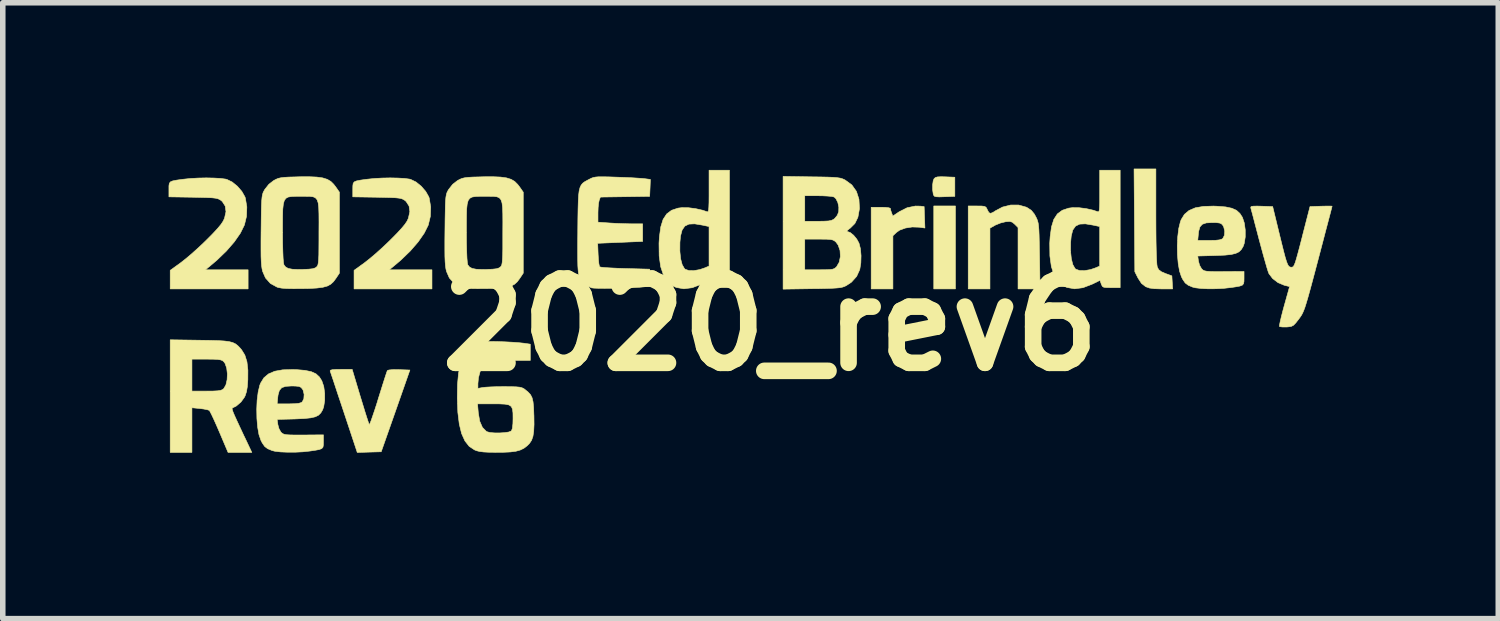
<source format=kicad_pcb>
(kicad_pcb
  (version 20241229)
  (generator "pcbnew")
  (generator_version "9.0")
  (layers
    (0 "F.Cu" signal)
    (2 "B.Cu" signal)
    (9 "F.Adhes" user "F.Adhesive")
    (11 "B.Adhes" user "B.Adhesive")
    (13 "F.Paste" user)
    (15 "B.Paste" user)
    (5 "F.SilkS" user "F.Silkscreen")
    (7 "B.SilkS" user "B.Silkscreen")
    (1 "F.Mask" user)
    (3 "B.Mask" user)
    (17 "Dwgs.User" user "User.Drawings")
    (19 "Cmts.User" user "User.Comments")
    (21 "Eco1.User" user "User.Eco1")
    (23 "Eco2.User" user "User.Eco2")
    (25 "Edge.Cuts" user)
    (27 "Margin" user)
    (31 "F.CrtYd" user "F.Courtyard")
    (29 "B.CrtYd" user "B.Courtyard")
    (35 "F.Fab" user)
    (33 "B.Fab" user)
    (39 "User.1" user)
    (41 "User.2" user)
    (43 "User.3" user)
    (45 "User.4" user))
  (footprint "2020_rev6"
    (layer "F.Cu")
    (at 10.881 2.822)
    (property "Reference" "2020_rev6" (at 0 0 0) (layer "F.SilkS") (effects (font (size 1.524 1.524) (thickness 0.3))))
    (attr through_hole)
    (fp_poly (pts (xy 3.348 -0.647) (xy 2.956 -0.647) (xy 2.956 -2.147) (xy 3.348 -2.147) (xy 3.348 -0.647)) (stroke (width 0.01) (type solid)) (fill yes) (layer "F.SilkS"))
    (fp_poly (pts (xy 3.164 -2.674) (xy 3.337 -2.667) (xy 3.337 -2.321) (xy 3.149 -2.314) (xy 3.056 -2.311) (xy 2.999 -2.314) (xy 2.968 -2.323) (xy 2.954 -2.341) (xy 2.947 -2.36) (xy 2.935 -2.441) (xy 2.935 -2.528) (xy 2.946 -2.603) (xy 2.962 -2.641) (xy 2.986 -2.662) (xy 3.025 -2.673) (xy 3.091 -2.676) (xy 3.164 -2.674)) (stroke (width 0.01) (type solid)) (fill yes) (layer "F.SilkS"))
    (fp_poly (pts (xy 2.715 -2.144) (xy 2.782 -2.136) (xy 2.789 -1.942) (xy 2.796 -1.748) (xy 2.692 -1.763) (xy 2.566 -1.767) (xy 2.444 -1.748) (xy 2.339 -1.71) (xy 2.281 -1.669) (xy 2.217 -1.608) (xy 2.217 -0.647) (xy 1.824 -0.647) (xy 1.824 -2.124) (xy 1.997 -2.124) (xy 2.08 -2.122) (xy 2.141 -2.115) (xy 2.17 -2.105) (xy 2.171 -2.103) (xy 2.178 -2.067) (xy 2.193 -2.023) (xy 2.215 -1.965) (xy 2.332 -2.043) (xy 2.474 -2.115) (xy 2.624 -2.146) (xy 2.715 -2.144)) (stroke (width 0.01) (type solid)) (fill yes) (layer "F.SilkS"))
    (fp_poly (pts (xy 6.973 -1.966) (xy 6.974 -1.71) (xy 6.976 -1.492) (xy 6.98 -1.316) (xy 6.985 -1.181) (xy 6.991 -1.09) (xy 6.998 -1.044) (xy 6.998 -1.043) (xy 7.024 -0.995) (xy 7.07 -0.959) (xy 7.143 -0.927) (xy 7.262 -0.883) (xy 7.269 -0.765) (xy 7.276 -0.647) (xy 7.073 -0.647) (xy 6.947 -0.651) (xy 6.856 -0.663) (xy 6.789 -0.687) (xy 6.789 -0.687) (xy 6.713 -0.746) (xy 6.65 -0.843) (xy 6.592 -0.958) (xy 6.578 -2.817) (xy 6.973 -2.817) (xy 6.973 -1.966)) (stroke (width 0.01) (type solid)) (fill yes) (layer "F.SilkS"))
    (fp_poly (pts (xy -7.415 1.299) (xy -7.371 1.442) (xy -7.332 1.57) (xy -7.298 1.677) (xy -7.272 1.756) (xy -7.256 1.8) (xy -7.253 1.806) (xy -7.242 1.79) (xy -7.22 1.736) (xy -7.19 1.649) (xy -7.152 1.537) (xy -7.109 1.404) (xy -7.089 1.337) (xy -7.044 1.194) (xy -7.004 1.066) (xy -6.97 0.959) (xy -6.944 0.88) (xy -6.928 0.835) (xy -6.925 0.829) (xy -6.897 0.819) (xy -6.835 0.813) (xy -6.748 0.812) (xy -6.715 0.813) (xy -6.518 0.82) (xy -6.777 1.559) (xy -7.037 2.298) (xy -7.253 2.304) (xy -7.47 2.311) (xy -7.71 1.588) (xy -7.768 1.414) (xy -7.822 1.253) (xy -7.869 1.11) (xy -7.908 0.992) (xy -7.938 0.904) (xy -7.956 0.85) (xy -7.961 0.837) (xy -7.954 0.823) (xy -7.917 0.813) (xy -7.844 0.809) (xy -7.766 0.808) (xy -7.562 0.808) (xy -7.415 1.299)) (stroke (width 0.01) (type solid)) (fill yes) (layer "F.SilkS"))
    (fp_poly (pts (xy 4.492 -2.164) (xy 4.628 -2.126) (xy 4.642 -2.119) (xy 4.719 -2.069) (xy 4.774 -2.002) (xy 4.802 -1.951) (xy 4.82 -1.915) (xy 4.833 -1.879) (xy 4.844 -1.838) (xy 4.851 -1.786) (xy 4.857 -1.716) (xy 4.861 -1.623) (xy 4.864 -1.498) (xy 4.867 -1.337) (xy 4.869 -1.241) (xy 4.878 -0.647) (xy 4.48 -0.647) (xy 4.48 -1.757) (xy 4.42 -1.817) (xy 4.376 -1.854) (xy 4.331 -1.867) (xy 4.265 -1.863) (xy 4.256 -1.862) (xy 4.166 -1.84) (xy 4.078 -1.805) (xy 4.062 -1.797) (xy 3.972 -1.746) (xy 3.972 -0.647) (xy 3.579 -0.647) (xy 3.579 -2.147) (xy 3.738 -2.147) (xy 3.822 -2.146) (xy 3.872 -2.14) (xy 3.9 -2.125) (xy 3.918 -2.095) (xy 3.925 -2.078) (xy 3.953 -2.027) (xy 3.984 -2.013) (xy 4.031 -2.033) (xy 4.065 -2.056) (xy 4.199 -2.127) (xy 4.346 -2.164) (xy 4.492 -2.164)) (stroke (width 0.01) (type solid)) (fill yes) (layer "F.SilkS"))
    (fp_poly (pts (xy -10.06 -2.652) (xy -9.94 -2.645) (xy -9.85 -2.633) (xy -9.828 -2.627) (xy -9.733 -2.581) (xy -9.638 -2.504) (xy -9.557 -2.41) (xy -9.502 -2.313) (xy -9.494 -2.291) (xy -9.467 -2.13) (xy -9.473 -1.96) (xy -9.511 -1.802) (xy -9.512 -1.801) (xy -9.584 -1.655) (xy -9.694 -1.497) (xy -9.837 -1.332) (xy -10.008 -1.167) (xy -10.125 -1.068) (xy -10.217 -0.993) (xy -9.444 -0.993) (xy -9.444 -0.647) (xy -10.853 -0.647) (xy -10.853 -0.983) (xy -10.662 -1.121) (xy -10.578 -1.187) (xy -10.472 -1.276) (xy -10.357 -1.379) (xy -10.243 -1.486) (xy -10.192 -1.536) (xy -10.079 -1.65) (xy -9.995 -1.741) (xy -9.935 -1.813) (xy -9.896 -1.872) (xy -9.871 -1.924) (xy -9.844 -2.043) (xy -9.858 -2.145) (xy -9.911 -2.228) (xy -9.936 -2.249) (xy -9.963 -2.266) (xy -9.994 -2.279) (xy -10.036 -2.288) (xy -10.098 -2.295) (xy -10.185 -2.299) (xy -10.306 -2.302) (xy -10.439 -2.305) (xy -10.876 -2.312) (xy -10.876 -2.447) (xy -10.876 -2.511) (xy -10.869 -2.555) (xy -10.85 -2.582) (xy -10.809 -2.6) (xy -10.739 -2.614) (xy -10.632 -2.629) (xy -10.614 -2.631) (xy -10.488 -2.644) (xy -10.345 -2.652) (xy -10.199 -2.655) (xy -10.06 -2.652)) (stroke (width 0.01) (type solid)) (fill yes) (layer "F.SilkS"))
    (fp_poly (pts (xy -6.735 -2.652) (xy -6.615 -2.645) (xy -6.525 -2.633) (xy -6.503 -2.627) (xy -6.408 -2.581) (xy -6.313 -2.504) (xy -6.232 -2.41) (xy -6.177 -2.313) (xy -6.169 -2.291) (xy -6.142 -2.13) (xy -6.148 -1.96) (xy -6.186 -1.802) (xy -6.186 -1.801) (xy -6.259 -1.655) (xy -6.369 -1.497) (xy -6.512 -1.332) (xy -6.683 -1.167) (xy -6.8 -1.068) (xy -6.892 -0.993) (xy -6.119 -0.993) (xy -6.119 -0.647) (xy -7.528 -0.647) (xy -7.528 -0.983) (xy -7.337 -1.121) (xy -7.253 -1.187) (xy -7.147 -1.276) (xy -7.032 -1.379) (xy -6.918 -1.486) (xy -6.867 -1.536) (xy -6.754 -1.65) (xy -6.67 -1.741) (xy -6.61 -1.813) (xy -6.57 -1.872) (xy -6.546 -1.924) (xy -6.519 -2.043) (xy -6.533 -2.145) (xy -6.586 -2.228) (xy -6.611 -2.249) (xy -6.638 -2.266) (xy -6.668 -2.279) (xy -6.711 -2.288) (xy -6.773 -2.295) (xy -6.86 -2.299) (xy -6.981 -2.302) (xy -7.114 -2.305) (xy -7.551 -2.312) (xy -7.551 -2.447) (xy -7.55 -2.511) (xy -7.544 -2.555) (xy -7.525 -2.582) (xy -7.484 -2.6) (xy -7.414 -2.614) (xy -7.307 -2.629) (xy -7.289 -2.631) (xy -7.162 -2.644) (xy -7.02 -2.652) (xy -6.874 -2.655) (xy -6.735 -2.652)) (stroke (width 0.01) (type solid)) (fill yes) (layer "F.SilkS"))
    (fp_poly (pts (xy -0.739 -0.67) (xy -0.898 -0.67) (xy -0.982 -0.671) (xy -1.032 -0.676) (xy -1.059 -0.691) (xy -1.075 -0.72) (xy -1.081 -0.736) (xy -1.104 -0.802) (xy -1.247 -0.732) (xy -1.411 -0.669) (xy -1.563 -0.649) (xy -1.7 -0.673) (xy -1.755 -0.697) (xy -1.855 -0.776) (xy -1.931 -0.893) (xy -1.983 -1.049) (xy -2.01 -1.243) (xy -2.011 -1.328) (xy -1.636 -1.328) (xy -1.622 -1.192) (xy -1.594 -1.086) (xy -1.554 -1.016) (xy -1.54 -1.003) (xy -1.475 -0.98) (xy -1.383 -0.978) (xy -1.278 -0.996) (xy -1.192 -1.025) (xy -1.108 -1.06) (xy -1.108 -1.775) (xy -1.23 -1.801) (xy -1.368 -1.824) (xy -1.472 -1.819) (xy -1.546 -1.783) (xy -1.595 -1.712) (xy -1.624 -1.603) (xy -1.635 -1.487) (xy -1.636 -1.328) (xy -2.011 -1.328) (xy -2.013 -1.474) (xy -2.005 -1.594) (xy -1.981 -1.769) (xy -1.939 -1.904) (xy -1.874 -2.003) (xy -1.786 -2.069) (xy -1.67 -2.108) (xy -1.598 -2.117) (xy -1.485 -2.116) (xy -1.352 -2.099) (xy -1.224 -2.07) (xy -1.149 -2.044) (xy -1.134 -2.041) (xy -1.123 -2.049) (xy -1.116 -2.076) (xy -1.112 -2.128) (xy -1.109 -2.209) (xy -1.108 -2.327) (xy -1.108 -2.411) (xy -1.108 -2.794) (xy -0.739 -2.794) (xy -0.739 -0.67)) (stroke (width 0.01) (type solid)) (fill yes) (layer "F.SilkS"))
    (fp_poly (pts (xy 6.327 -0.67) (xy 6.168 -0.67) (xy 6.083 -0.671) (xy 6.034 -0.676) (xy 6.007 -0.691) (xy 5.991 -0.72) (xy 5.985 -0.736) (xy 5.962 -0.802) (xy 5.819 -0.732) (xy 5.654 -0.669) (xy 5.503 -0.649) (xy 5.366 -0.673) (xy 5.311 -0.697) (xy 5.211 -0.776) (xy 5.135 -0.893) (xy 5.083 -1.049) (xy 5.056 -1.243) (xy 5.055 -1.328) (xy 5.43 -1.328) (xy 5.444 -1.192) (xy 5.471 -1.086) (xy 5.511 -1.016) (xy 5.526 -1.003) (xy 5.591 -0.98) (xy 5.682 -0.978) (xy 5.788 -0.996) (xy 5.874 -1.025) (xy 5.957 -1.06) (xy 5.957 -1.775) (xy 5.836 -1.801) (xy 5.698 -1.824) (xy 5.594 -1.819) (xy 5.52 -1.783) (xy 5.47 -1.712) (xy 5.442 -1.603) (xy 5.431 -1.487) (xy 5.43 -1.328) (xy 5.055 -1.328) (xy 5.053 -1.474) (xy 5.061 -1.594) (xy 5.085 -1.769) (xy 5.127 -1.904) (xy 5.191 -2.003) (xy 5.28 -2.069) (xy 5.396 -2.108) (xy 5.467 -2.117) (xy 5.581 -2.116) (xy 5.714 -2.099) (xy 5.842 -2.07) (xy 5.917 -2.044) (xy 5.932 -2.041) (xy 5.943 -2.049) (xy 5.95 -2.076) (xy 5.954 -2.128) (xy 5.957 -2.209) (xy 5.957 -2.327) (xy 5.957 -2.411) (xy 5.957 -2.794) (xy 6.327 -2.794) (xy 6.327 -0.67)) (stroke (width 0.01) (type solid)) (fill yes) (layer "F.SilkS"))
    (fp_poly (pts (xy -10.316 0.281) (xy -10.13 0.284) (xy -9.984 0.288) (xy -9.872 0.295) (xy -9.787 0.306) (xy -9.722 0.323) (xy -9.672 0.347) (xy -9.631 0.379) (xy -9.59 0.421) (xy -9.562 0.454) (xy -9.503 0.55) (xy -9.465 0.671) (xy -9.448 0.822) (xy -9.449 0.995) (xy -9.458 1.12) (xy -9.473 1.211) (xy -9.497 1.284) (xy -9.51 1.311) (xy -9.573 1.398) (xy -9.658 1.471) (xy -9.729 1.507) (xy -9.734 1.515) (xy -9.73 1.537) (xy -9.717 1.577) (xy -9.691 1.639) (xy -9.65 1.729) (xy -9.594 1.85) (xy -9.52 2.008) (xy -9.505 2.038) (xy -9.377 2.309) (xy -9.807 2.309) (xy -9.964 1.939) (xy -10.017 1.817) (xy -10.065 1.71) (xy -10.105 1.625) (xy -10.134 1.569) (xy -10.146 1.55) (xy -10.181 1.538) (xy -10.247 1.525) (xy -10.316 1.516) (xy -10.46 1.502) (xy -10.46 2.309) (xy -10.853 2.309) (xy -10.853 0.623) (xy -10.46 0.623) (xy -10.46 1.201) (xy -10.195 1.201) (xy -10.077 1.2) (xy -9.996 1.196) (xy -9.943 1.188) (xy -9.909 1.175) (xy -9.885 1.157) (xy -9.846 1.09) (xy -9.824 0.996) (xy -9.819 0.89) (xy -9.831 0.787) (xy -9.86 0.702) (xy -9.885 0.668) (xy -9.91 0.648) (xy -9.944 0.636) (xy -9.997 0.628) (xy -10.078 0.624) (xy -10.195 0.623) (xy -10.46 0.623) (xy -10.853 0.623) (xy -10.853 0.273) (xy -10.316 0.281)) (stroke (width 0.01) (type solid)) (fill yes) (layer "F.SilkS"))
    (fp_poly (pts (xy -2.918 -2.673) (xy -2.772 -2.668) (xy -2.771 -2.668) (xy -2.631 -2.663) (xy -2.5 -2.657) (xy -2.388 -2.65) (xy -2.304 -2.644) (xy -2.268 -2.64) (xy -2.169 -2.627) (xy -2.175 -2.474) (xy -2.182 -2.321) (xy -3.073 -2.308) (xy -3.095 -2.249) (xy -3.106 -2.197) (xy -3.114 -2.116) (xy -3.117 -2.024) (xy -3.117 -2.022) (xy -3.117 -1.854) (xy -2.906 -1.839) (xy -2.78 -1.832) (xy -2.641 -1.827) (xy -2.517 -1.824) (xy -2.502 -1.824) (xy -2.309 -1.824) (xy -2.309 -1.506) (xy -2.715 -1.489) (xy -3.122 -1.472) (xy -3.114 -1.269) (xy -3.108 -1.176) (xy -3.1 -1.1) (xy -3.09 -1.054) (xy -3.087 -1.047) (xy -3.058 -1.04) (xy -2.992 -1.033) (xy -2.894 -1.027) (xy -2.772 -1.021) (xy -2.634 -1.016) (xy -2.625 -1.016) (xy -2.182 -1.004) (xy -2.169 -0.699) (xy -2.279 -0.685) (xy -2.362 -0.677) (xy -2.472 -0.67) (xy -2.599 -0.665) (xy -2.735 -0.661) (xy -2.872 -0.658) (xy -2.998 -0.657) (xy -3.107 -0.658) (xy -3.188 -0.661) (xy -3.233 -0.666) (xy -3.235 -0.667) (xy -3.347 -0.723) (xy -3.424 -0.805) (xy -3.452 -0.862) (xy -3.462 -0.895) (xy -3.47 -0.937) (xy -3.476 -0.992) (xy -3.481 -1.067) (xy -3.483 -1.166) (xy -3.484 -1.295) (xy -3.484 -1.459) (xy -3.482 -1.663) (xy -3.482 -1.701) (xy -3.48 -1.918) (xy -3.477 -2.093) (xy -3.473 -2.232) (xy -3.467 -2.34) (xy -3.457 -2.421) (xy -3.441 -2.482) (xy -3.42 -2.526) (xy -3.392 -2.559) (xy -3.356 -2.586) (xy -3.31 -2.611) (xy -3.278 -2.628) (xy -3.239 -2.648) (xy -3.202 -2.662) (xy -3.16 -2.67) (xy -3.104 -2.675) (xy -3.026 -2.675) (xy -2.918 -2.673)) (stroke (width 0.01) (type solid)) (fill yes) (layer "F.SilkS"))
    (fp_poly (pts (xy 10.156 -2.144) (xy 10.16 -2.143) (xy 10.154 -2.12) (xy 10.138 -2.057) (xy 10.112 -1.958) (xy 10.078 -1.829) (xy 10.037 -1.674) (xy 9.991 -1.497) (xy 9.94 -1.303) (xy 9.909 -1.185) (xy 9.848 -0.954) (xy 9.797 -0.763) (xy 9.755 -0.608) (xy 9.72 -0.483) (xy 9.691 -0.386) (xy 9.667 -0.31) (xy 9.645 -0.252) (xy 9.625 -0.207) (xy 9.605 -0.17) (xy 9.583 -0.137) (xy 9.559 -0.104) (xy 9.556 -0.1) (xy 9.501 -0.03) (xy 9.461 0.011) (xy 9.421 0.031) (xy 9.369 0.039) (xy 9.336 0.042) (xy 9.266 0.042) (xy 9.219 0.036) (xy 9.206 0.03) (xy 9.209 0.003) (xy 9.222 -0.061) (xy 9.244 -0.154) (xy 9.273 -0.266) (xy 9.293 -0.339) (xy 9.391 -0.689) (xy 9.292 -0.714) (xy 9.182 -0.76) (xy 9.085 -0.834) (xy 9.018 -0.922) (xy 9.003 -0.961) (xy 8.979 -1.038) (xy 8.948 -1.146) (xy 8.911 -1.277) (xy 8.871 -1.425) (xy 8.844 -1.525) (xy 8.804 -1.678) (xy 8.767 -1.818) (xy 8.736 -1.938) (xy 8.711 -2.031) (xy 8.695 -2.09) (xy 8.69 -2.108) (xy 8.689 -2.128) (xy 8.702 -2.139) (xy 8.74 -2.144) (xy 8.809 -2.145) (xy 8.882 -2.143) (xy 9.085 -2.136) (xy 9.206 -1.639) (xy 9.25 -1.46) (xy 9.285 -1.32) (xy 9.313 -1.215) (xy 9.336 -1.14) (xy 9.356 -1.09) (xy 9.374 -1.06) (xy 9.393 -1.045) (xy 9.413 -1.04) (xy 9.426 -1.039) (xy 9.443 -1.042) (xy 9.459 -1.053) (xy 9.474 -1.077) (xy 9.492 -1.121) (xy 9.513 -1.188) (xy 9.54 -1.285) (xy 9.575 -1.416) (xy 9.619 -1.586) (xy 9.619 -1.588) (xy 9.76 -2.136) (xy 9.96 -2.143) (xy 10.049 -2.145) (xy 10.118 -2.145) (xy 10.156 -2.144)) (stroke (width 0.01) (type solid)) (fill yes) (layer "F.SilkS"))
    (fp_poly (pts (xy -8.566 0.813) (xy -8.415 0.826) (xy -8.301 0.85) (xy -8.217 0.888) (xy -8.155 0.945) (xy -8.111 1.015) (xy -8.076 1.117) (xy -8.059 1.241) (xy -8.059 1.369) (xy -8.077 1.484) (xy -8.096 1.539) (xy -8.129 1.595) (xy -8.171 1.637) (xy -8.23 1.666) (xy -8.313 1.685) (xy -8.426 1.697) (xy -8.578 1.704) (xy -8.598 1.705) (xy -8.919 1.713) (xy -8.906 1.807) (xy -8.886 1.88) (xy -8.852 1.941) (xy -8.845 1.949) (xy -8.823 1.967) (xy -8.797 1.98) (xy -8.758 1.989) (xy -8.699 1.993) (xy -8.611 1.995) (xy -8.487 1.995) (xy -8.439 1.995) (xy -8.082 1.992) (xy -8.082 2.115) (xy -8.083 2.175) (xy -8.09 2.215) (xy -8.113 2.241) (xy -8.159 2.258) (xy -8.235 2.272) (xy -8.324 2.285) (xy -8.453 2.299) (xy -8.592 2.306) (xy -8.731 2.306) (xy -8.857 2.301) (xy -8.959 2.289) (xy -9.011 2.276) (xy -9.092 2.242) (xy -9.145 2.201) (xy -9.189 2.137) (xy -9.213 2.09) (xy -9.248 1.987) (xy -9.272 1.851) (xy -9.285 1.695) (xy -9.288 1.528) (xy -9.284 1.432) (xy -8.919 1.432) (xy -8.71 1.432) (xy -8.6 1.429) (xy -8.527 1.422) (xy -8.482 1.408) (xy -8.464 1.395) (xy -8.436 1.338) (xy -8.431 1.261) (xy -8.449 1.186) (xy -8.464 1.16) (xy -8.49 1.132) (xy -8.526 1.116) (xy -8.585 1.11) (xy -8.657 1.108) (xy -8.765 1.115) (xy -8.836 1.139) (xy -8.879 1.189) (xy -8.902 1.269) (xy -8.908 1.316) (xy -8.919 1.432) (xy -9.284 1.432) (xy -9.281 1.365) (xy -9.262 1.217) (xy -9.233 1.095) (xy -9.218 1.057) (xy -9.159 0.961) (xy -9.075 0.89) (xy -8.963 0.842) (xy -8.817 0.816) (xy -8.635 0.811) (xy -8.566 0.813)) (stroke (width 0.01) (type solid)) (fill yes) (layer "F.SilkS"))
    (fp_poly (pts (xy 8.083 -2.142) (xy 8.234 -2.13) (xy 8.347 -2.106) (xy 8.431 -2.068) (xy 8.493 -2.011) (xy 8.538 -1.941) (xy 8.572 -1.839) (xy 8.589 -1.715) (xy 8.589 -1.586) (xy 8.571 -1.471) (xy 8.552 -1.417) (xy 8.519 -1.361) (xy 8.477 -1.319) (xy 8.418 -1.29) (xy 8.336 -1.27) (xy 8.222 -1.258) (xy 8.071 -1.252) (xy 8.05 -1.251) (xy 7.73 -1.242) (xy 7.743 -1.149) (xy 7.763 -1.076) (xy 7.797 -1.015) (xy 7.804 -1.007) (xy 7.825 -0.988) (xy 7.852 -0.975) (xy 7.891 -0.967) (xy 7.95 -0.962) (xy 8.038 -0.96) (xy 8.161 -0.96) (xy 8.21 -0.961) (xy 8.567 -0.963) (xy 8.567 -0.841) (xy 8.566 -0.781) (xy 8.558 -0.741) (xy 8.536 -0.715) (xy 8.49 -0.698) (xy 8.413 -0.684) (xy 8.324 -0.671) (xy 8.196 -0.657) (xy 8.056 -0.65) (xy 7.917 -0.649) (xy 7.791 -0.655) (xy 7.69 -0.667) (xy 7.637 -0.68) (xy 7.557 -0.714) (xy 7.503 -0.755) (xy 7.459 -0.819) (xy 7.435 -0.866) (xy 7.401 -0.968) (xy 7.377 -1.104) (xy 7.363 -1.261) (xy 7.36 -1.427) (xy 7.365 -1.524) (xy 7.73 -1.524) (xy 7.939 -1.524) (xy 8.049 -1.526) (xy 8.122 -1.534) (xy 8.167 -1.548) (xy 8.184 -1.56) (xy 8.213 -1.618) (xy 8.218 -1.694) (xy 8.199 -1.77) (xy 8.184 -1.796) (xy 8.159 -1.824) (xy 8.123 -1.839) (xy 8.063 -1.846) (xy 7.992 -1.847) (xy 7.884 -1.841) (xy 7.812 -1.816) (xy 7.769 -1.767) (xy 7.746 -1.687) (xy 7.741 -1.64) (xy 7.73 -1.524) (xy 7.365 -1.524) (xy 7.368 -1.59) (xy 7.386 -1.739) (xy 7.416 -1.861) (xy 7.43 -1.899) (xy 7.489 -1.995) (xy 7.573 -2.066) (xy 7.686 -2.114) (xy 7.831 -2.139) (xy 8.014 -2.145) (xy 8.083 -2.142)) (stroke (width 0.01) (type solid)) (fill yes) (layer "F.SilkS"))
    (fp_poly (pts (xy 0.745 -2.674) (xy 0.913 -2.672) (xy 1.042 -2.669) (xy 1.139 -2.665) (xy 1.21 -2.659) (xy 1.262 -2.651) (xy 1.301 -2.64) (xy 1.336 -2.625) (xy 1.355 -2.615) (xy 1.474 -2.528) (xy 1.557 -2.411) (xy 1.603 -2.269) (xy 1.612 -2.103) (xy 1.61 -2.087) (xy 1.584 -1.943) (xy 1.53 -1.831) (xy 1.444 -1.745) (xy 1.433 -1.738) (xy 1.392 -1.705) (xy 1.385 -1.687) (xy 1.392 -1.686) (xy 1.446 -1.666) (xy 1.507 -1.617) (xy 1.564 -1.547) (xy 1.604 -1.474) (xy 1.63 -1.373) (xy 1.641 -1.247) (xy 1.637 -1.116) (xy 1.618 -0.999) (xy 1.617 -0.996) (xy 1.561 -0.873) (xy 1.466 -0.768) (xy 1.377 -0.709) (xy 1.343 -0.692) (xy 1.308 -0.68) (xy 1.264 -0.67) (xy 1.204 -0.664) (xy 1.123 -0.659) (xy 1.013 -0.655) (xy 0.868 -0.652) (xy 0.756 -0.651) (xy 0.231 -0.643) (xy 0.231 -1.547) (xy 0.623 -1.547) (xy 0.623 -0.993) (xy 0.885 -0.993) (xy 0.999 -0.994) (xy 1.077 -0.997) (xy 1.128 -1.004) (xy 1.161 -1.016) (xy 1.187 -1.037) (xy 1.198 -1.047) (xy 1.246 -1.13) (xy 1.267 -1.233) (xy 1.261 -1.341) (xy 1.227 -1.439) (xy 1.189 -1.492) (xy 1.161 -1.516) (xy 1.13 -1.532) (xy 1.086 -1.541) (xy 1.019 -1.546) (xy 0.919 -1.547) (xy 0.879 -1.547) (xy 0.623 -1.547) (xy 0.231 -1.547) (xy 0.231 -2.332) (xy 0.623 -2.332) (xy 0.623 -1.87) (xy 0.863 -1.87) (xy 0.975 -1.872) (xy 1.052 -1.876) (xy 1.104 -1.886) (xy 1.141 -1.903) (xy 1.162 -1.918) (xy 1.211 -1.977) (xy 1.237 -2.043) (xy 1.239 -2.126) (xy 1.221 -2.21) (xy 1.187 -2.278) (xy 1.154 -2.309) (xy 1.114 -2.319) (xy 1.04 -2.326) (xy 0.943 -2.331) (xy 0.867 -2.332) (xy 0.623 -2.332) (xy 0.231 -2.332) (xy 0.231 -2.682) (xy 0.745 -2.674)) (stroke (width 0.01) (type solid)) (fill yes) (layer "F.SilkS"))
    (fp_poly (pts (xy -8.203 -2.67) (xy -8.096 -2.655) (xy -8.013 -2.629) (xy -7.948 -2.591) (xy -7.894 -2.537) (xy -7.863 -2.497) (xy -7.793 -2.397) (xy -7.793 -0.932) (xy -7.855 -0.839) (xy -7.9 -0.778) (xy -7.95 -0.732) (xy -8.011 -0.699) (xy -8.091 -0.677) (xy -8.198 -0.663) (xy -8.337 -0.655) (xy -8.463 -0.653) (xy -8.625 -0.652) (xy -8.747 -0.654) (xy -8.837 -0.661) (xy -8.9 -0.673) (xy -8.921 -0.68) (xy -9.041 -0.746) (xy -9.13 -0.846) (xy -9.181 -0.963) (xy -9.192 -1.01) (xy -9.2 -1.066) (xy -9.206 -1.139) (xy -9.21 -1.235) (xy -9.211 -1.359) (xy -9.211 -1.518) (xy -9.209 -1.715) (xy -9.208 -1.801) (xy -8.821 -1.801) (xy -8.821 -1.67) (xy -8.82 -1.481) (xy -8.816 -1.324) (xy -8.811 -1.203) (xy -8.804 -1.121) (xy -8.796 -1.082) (xy -8.765 -1.043) (xy -8.717 -1.017) (xy -8.643 -1.003) (xy -8.536 -0.998) (xy -8.458 -0.999) (xy -8.349 -1.004) (xy -8.276 -1.012) (xy -8.23 -1.027) (xy -8.204 -1.046) (xy -8.191 -1.062) (xy -8.181 -1.086) (xy -8.174 -1.124) (xy -8.169 -1.181) (xy -8.165 -1.262) (xy -8.164 -1.374) (xy -8.163 -1.522) (xy -8.163 -1.663) (xy -8.162 -1.854) (xy -8.163 -2.005) (xy -8.167 -2.119) (xy -8.177 -2.202) (xy -8.196 -2.259) (xy -8.226 -2.294) (xy -8.268 -2.313) (xy -8.327 -2.32) (xy -8.404 -2.321) (xy -8.489 -2.321) (xy -8.586 -2.321) (xy -8.662 -2.318) (xy -8.72 -2.308) (xy -8.761 -2.285) (xy -8.79 -2.244) (xy -8.807 -2.18) (xy -8.817 -2.088) (xy -8.82 -1.963) (xy -8.821 -1.801) (xy -9.208 -1.801) (xy -9.207 -1.901) (xy -9.205 -2.048) (xy -9.202 -2.16) (xy -9.198 -2.244) (xy -9.192 -2.306) (xy -9.184 -2.351) (xy -9.174 -2.386) (xy -9.16 -2.415) (xy -9.144 -2.444) (xy -9.068 -2.54) (xy -8.983 -2.606) (xy -8.94 -2.629) (xy -8.9 -2.646) (xy -8.852 -2.657) (xy -8.789 -2.665) (xy -8.701 -2.67) (xy -8.579 -2.673) (xy -8.521 -2.675) (xy -8.342 -2.676) (xy -8.203 -2.67)) (stroke (width 0.01) (type solid)) (fill yes) (layer "F.SilkS"))
    (fp_poly (pts (xy -4.878 -2.67) (xy -4.771 -2.655) (xy -4.688 -2.629) (xy -4.623 -2.591) (xy -4.569 -2.537) (xy -4.538 -2.497) (xy -4.468 -2.397) (xy -4.468 -0.932) (xy -4.53 -0.839) (xy -4.575 -0.778) (xy -4.625 -0.732) (xy -4.686 -0.699) (xy -4.766 -0.677) (xy -4.872 -0.663) (xy -5.012 -0.655) (xy -5.138 -0.653) (xy -5.3 -0.652) (xy -5.422 -0.654) (xy -5.512 -0.661) (xy -5.575 -0.673) (xy -5.596 -0.68) (xy -5.716 -0.746) (xy -5.805 -0.846) (xy -5.856 -0.963) (xy -5.867 -1.01) (xy -5.875 -1.066) (xy -5.881 -1.139) (xy -5.885 -1.235) (xy -5.886 -1.359) (xy -5.886 -1.518) (xy -5.884 -1.715) (xy -5.883 -1.801) (xy -5.496 -1.801) (xy -5.496 -1.67) (xy -5.495 -1.481) (xy -5.491 -1.324) (xy -5.486 -1.203) (xy -5.479 -1.121) (xy -5.471 -1.082) (xy -5.44 -1.043) (xy -5.391 -1.017) (xy -5.318 -1.003) (xy -5.211 -0.998) (xy -5.133 -0.999) (xy -5.024 -1.004) (xy -4.951 -1.012) (xy -4.905 -1.027) (xy -4.879 -1.046) (xy -4.866 -1.062) (xy -4.856 -1.086) (xy -4.849 -1.124) (xy -4.844 -1.181) (xy -4.84 -1.262) (xy -4.838 -1.374) (xy -4.838 -1.522) (xy -4.838 -1.663) (xy -4.837 -1.854) (xy -4.838 -2.005) (xy -4.842 -2.119) (xy -4.852 -2.202) (xy -4.871 -2.259) (xy -4.9 -2.294) (xy -4.943 -2.313) (xy -5.002 -2.32) (xy -5.079 -2.321) (xy -5.164 -2.321) (xy -5.261 -2.321) (xy -5.337 -2.318) (xy -5.394 -2.308) (xy -5.436 -2.285) (xy -5.465 -2.244) (xy -5.482 -2.18) (xy -5.492 -2.088) (xy -5.495 -1.963) (xy -5.496 -1.801) (xy -5.883 -1.801) (xy -5.882 -1.901) (xy -5.879 -2.048) (xy -5.877 -2.16) (xy -5.873 -2.244) (xy -5.867 -2.306) (xy -5.859 -2.351) (xy -5.849 -2.386) (xy -5.835 -2.415) (xy -5.819 -2.444) (xy -5.743 -2.54) (xy -5.658 -2.606) (xy -5.615 -2.629) (xy -5.575 -2.646) (xy -5.527 -2.657) (xy -5.464 -2.665) (xy -5.376 -2.67) (xy -5.254 -2.673) (xy -5.195 -2.675) (xy -5.017 -2.676) (xy -4.878 -2.67)) (stroke (width 0.01) (type solid)) (fill yes) (layer "F.SilkS"))
    (fp_poly (pts (xy -4.932 0.305) (xy -4.797 0.31) (xy -4.663 0.317) (xy -4.543 0.326) (xy -4.447 0.336) (xy -4.439 0.338) (xy -4.341 0.352) (xy -4.341 0.647) (xy -4.713 0.647) (xy -4.854 0.647) (xy -4.957 0.649) (xy -5.029 0.653) (xy -5.08 0.661) (xy -5.115 0.673) (xy -5.145 0.689) (xy -5.151 0.694) (xy -5.204 0.755) (xy -5.248 0.847) (xy -5.278 0.958) (xy -5.288 1.065) (xy -5.288 1.152) (xy -5.201 1.136) (xy -5.145 1.13) (xy -5.055 1.125) (xy -4.943 1.121) (xy -4.82 1.12) (xy -4.81 1.12) (xy -4.683 1.121) (xy -4.594 1.124) (xy -4.532 1.13) (xy -4.49 1.141) (xy -4.457 1.157) (xy -4.442 1.168) (xy -4.382 1.217) (xy -4.338 1.264) (xy -4.309 1.32) (xy -4.291 1.394) (xy -4.281 1.494) (xy -4.276 1.63) (xy -4.275 1.645) (xy -4.273 1.805) (xy -4.279 1.928) (xy -4.293 2.02) (xy -4.318 2.091) (xy -4.356 2.148) (xy -4.398 2.19) (xy -4.457 2.235) (xy -4.523 2.267) (xy -4.602 2.289) (xy -4.705 2.302) (xy -4.84 2.308) (xy -4.953 2.308) (xy -5.087 2.307) (xy -5.185 2.302) (xy -5.257 2.293) (xy -5.313 2.279) (xy -5.35 2.264) (xy -5.446 2.2) (xy -5.523 2.102) (xy -5.583 1.969) (xy -5.625 1.797) (xy -5.651 1.586) (xy -5.657 1.432) (xy -5.295 1.432) (xy -5.281 1.595) (xy -5.255 1.746) (xy -5.207 1.857) (xy -5.137 1.928) (xy -5.125 1.935) (xy -5.071 1.95) (xy -4.991 1.957) (xy -4.898 1.958) (xy -4.806 1.952) (xy -4.731 1.941) (xy -4.685 1.923) (xy -4.683 1.921) (xy -4.665 1.877) (xy -4.655 1.788) (xy -4.653 1.694) (xy -4.654 1.596) (xy -4.663 1.526) (xy -4.685 1.479) (xy -4.728 1.451) (xy -4.798 1.437) (xy -4.902 1.432) (xy -5.018 1.432) (xy -5.295 1.432) (xy -5.657 1.432) (xy -5.661 1.334) (xy -5.661 1.316) (xy -5.657 1.079) (xy -5.639 0.882) (xy -5.606 0.719) (xy -5.558 0.586) (xy -5.493 0.479) (xy -5.417 0.398) (xy -5.308 0.331) (xy -5.227 0.31) (xy -5.158 0.305) (xy -5.056 0.303) (xy -4.932 0.305)) (stroke (width 0.01) (type solid)) (fill yes) (layer "F.SilkS")))
  (gr_rect
    (start -3 -3)
    (end 24.046 8.138)
    (stroke (width 0.1) (type default))
    (fill no)
    (layer "Edge.Cuts")))
</source>
